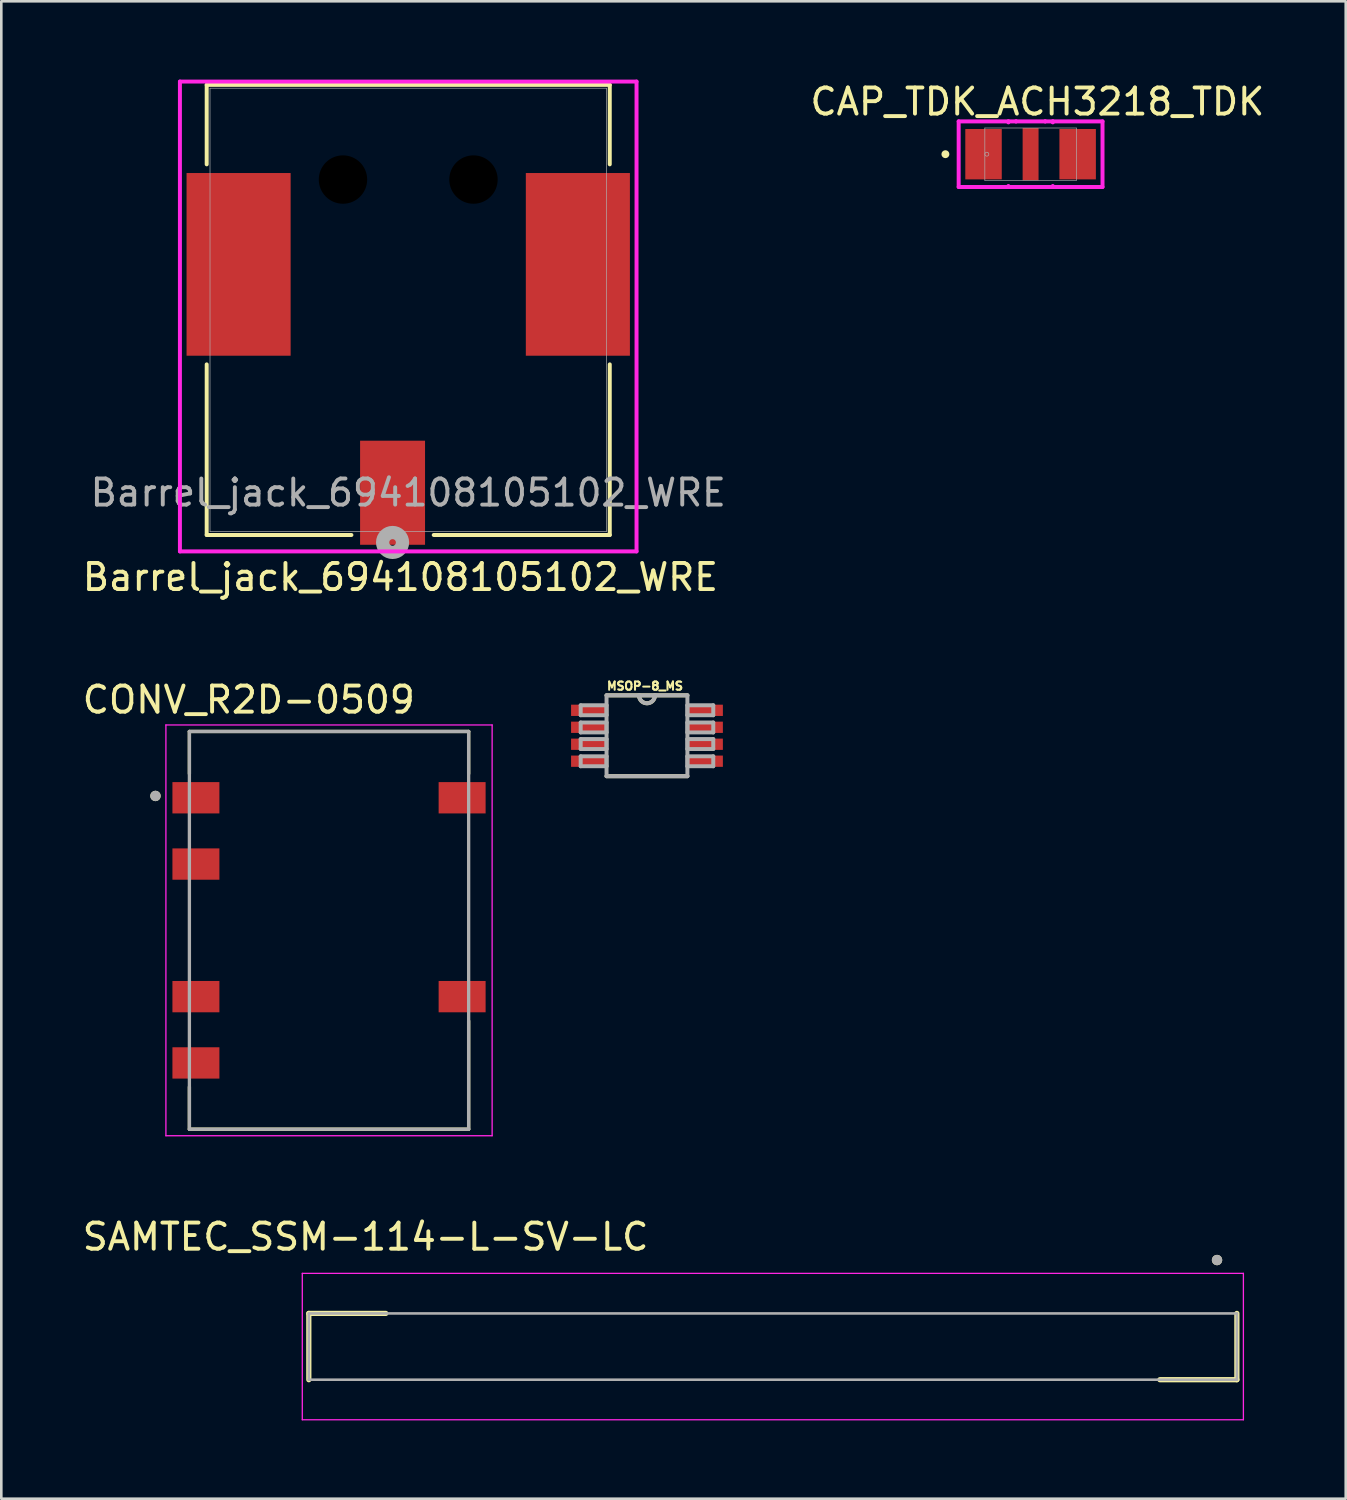
<source format=kicad_pcb>
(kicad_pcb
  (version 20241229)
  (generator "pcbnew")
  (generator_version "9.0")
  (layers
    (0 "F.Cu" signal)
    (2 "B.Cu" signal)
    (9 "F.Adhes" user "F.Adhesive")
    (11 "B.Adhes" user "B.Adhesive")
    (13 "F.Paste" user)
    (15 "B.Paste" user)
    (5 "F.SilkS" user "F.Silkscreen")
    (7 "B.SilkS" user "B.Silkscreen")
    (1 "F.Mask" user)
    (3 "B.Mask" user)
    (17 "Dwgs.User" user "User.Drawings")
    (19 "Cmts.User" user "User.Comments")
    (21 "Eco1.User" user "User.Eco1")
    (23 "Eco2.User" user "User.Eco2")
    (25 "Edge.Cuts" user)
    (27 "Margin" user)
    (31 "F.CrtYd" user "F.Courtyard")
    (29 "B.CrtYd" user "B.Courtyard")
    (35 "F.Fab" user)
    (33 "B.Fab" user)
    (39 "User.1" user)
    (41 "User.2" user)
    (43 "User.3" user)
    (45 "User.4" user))
  (footprint "CAP_TDK_ACH3218_TDK"
    (layer "F.Cu")
    (at 36.439 2.858)
    (property "Reference" "CAP_TDK_ACH3218_TDK" (at 0.26 -2.01 0) (unlocked yes) (layer "F.SilkS") (effects (font (size 1 1) (thickness 0.15))))
    (attr smd)
    (fp_circle (center -3.264 0) (end -3.188 0) (stroke (width 0.152) (type solid)) (fill no) (layer "F.SilkS"))
    (fp_line (start -2.756 -1.257) (end -0.851 -1.257) (stroke (width 0.152) (type solid)) (layer "F.CrtYd"))
    (fp_line (start -2.756 1.257) (end -2.756 -1.257) (stroke (width 0.152) (type solid)) (layer "F.CrtYd"))
    (fp_line (start -2.756 1.257) (end -0.851 1.257) (stroke (width 0.152) (type solid)) (layer "F.CrtYd"))
    (fp_line (start -0.851 -1.257) (end -0.559 -1.257) (stroke (width 0.152) (type solid)) (layer "F.CrtYd"))
    (fp_line (start -0.851 -1.219) (end -0.851 -1.257) (stroke (width 0.152) (type solid)) (layer "F.CrtYd"))
    (fp_line (start -0.851 1.219) (end -0.851 1.257) (stroke (width 0.152) (type solid)) (layer "F.CrtYd"))
    (fp_line (start -0.851 1.257) (end -0.559 1.257) (stroke (width 0.152) (type solid)) (layer "F.CrtYd"))
    (fp_line (start -0.559 -1.257) (end -0.559 -1.257) (stroke (width 0.152) (type solid)) (layer "F.CrtYd"))
    (fp_line (start -0.559 -1.257) (end 0.559 -1.257) (stroke (width 0.152) (type solid)) (layer "F.CrtYd"))
    (fp_line (start -0.559 1.257) (end -0.559 1.257) (stroke (width 0.152) (type solid)) (layer "F.CrtYd"))
    (fp_line (start -0.559 1.257) (end 0.559 1.257) (stroke (width 0.152) (type solid)) (layer "F.CrtYd"))
    (fp_line (start 0.559 -1.257) (end 0.559 -1.257) (stroke (width 0.152) (type solid)) (layer "F.CrtYd"))
    (fp_line (start 0.559 1.257) (end 0.559 1.257) (stroke (width 0.152) (type solid)) (layer "F.CrtYd"))
    (fp_line (start 0.851 -1.257) (end 0.559 -1.257) (stroke (width 0.152) (type solid)) (layer "F.CrtYd"))
    (fp_line (start 0.851 -1.219) (end 0.851 -1.257) (stroke (width 0.152) (type solid)) (layer "F.CrtYd"))
    (fp_line (start 0.851 1.219) (end 0.851 1.257) (stroke (width 0.152) (type solid)) (layer "F.CrtYd"))
    (fp_line (start 0.851 1.257) (end 0.559 1.257) (stroke (width 0.152) (type solid)) (layer "F.CrtYd"))
    (fp_line (start 2.756 -1.257) (end 0.851 -1.257) (stroke (width 0.152) (type solid)) (layer "F.CrtYd"))
    (fp_line (start 2.756 -1.257) (end 2.756 1.257) (stroke (width 0.152) (type solid)) (layer "F.CrtYd"))
    (fp_line (start 2.756 1.257) (end 0.851 1.257) (stroke (width 0.152) (type solid)) (layer "F.CrtYd"))
    (fp_line (start -1.753 -1.003) (end -1.753 1.003) (stroke (width 0.025) (type solid)) (layer "F.Fab"))
    (fp_line (start -1.753 1.003) (end 1.753 1.003) (stroke (width 0.025) (type solid)) (layer "F.Fab"))
    (fp_line (start 1.753 -1.003) (end -1.753 -1.003) (stroke (width 0.025) (type solid)) (layer "F.Fab"))
    (fp_line (start 1.753 1.003) (end 1.753 -1.003) (stroke (width 0.025) (type solid)) (layer "F.Fab"))
    (fp_circle (center -1.676 0) (end -1.6 0) (stroke (width 0.025) (type solid)) (fill no) (layer "F.Fab"))
    (pad "1" smd rect (at -1.803 0) (size 1.397 1.93) (layers "F.Cu" "F.Mask" "F.Paste"))
    (pad "2" smd rect (at 0 0) (size 0.61 2.007) (layers "F.Cu" "F.Mask" "F.Paste"))
    (pad "3" smd rect (at 1.803 0) (size 1.397 1.93) (layers "F.Cu" "F.Mask" "F.Paste"))
    (zone (net_name "") (layer "F.Cu") (hatch full 0.508) (connect_pads) (min_thickness 0.254) (filled_areas_thickness no) (keepout (tracks not_allowed) (vias not_allowed) (pads allowed) (copperpour not_allowed) (footprints allowed)) (placement (enabled no)) (fill) (polygon (pts (xy 36.083 1.906) (xy 35.385 1.906) (xy 35.385 3.811) (xy 36.083 3.811))))
    (zone (net_name "") (layer "F.Cu") (hatch full 0.508) (connect_pads) (min_thickness 0.254) (filled_areas_thickness no) (keepout (tracks not_allowed) (vias not_allowed) (pads allowed) (copperpour not_allowed) (footprints allowed)) (placement (enabled no)) (fill) (polygon (pts (xy 37.493 1.906) (xy 36.794 1.906) (xy 36.794 3.811) (xy 37.493 3.811)))))
  (footprint "Barrel_jack_694108105102_WRE"
    (layer "F.Cu")
    (at 12.592 8.826)
    (property "Reference" "Barrel_jack_694108105102_WRE" (at -0.3 10.24 0) (unlocked yes) (layer "F.SilkS") (effects (font (size 1 1) (thickness 0.15))))
    (attr smd)
    (fp_line (start -7.722 -8.623) (end -7.722 -5.579) (stroke (width 0.152) (type solid)) (layer "F.SilkS"))
    (fp_line (start -7.722 2.086) (end -7.722 8.623) (stroke (width 0.152) (type solid)) (layer "F.SilkS"))
    (fp_line (start -7.722 8.623) (end -2.177 8.623) (stroke (width 0.152) (type solid)) (layer "F.SilkS"))
    (fp_line (start 0.977 8.623) (end 7.722 8.623) (stroke (width 0.152) (type solid)) (layer "F.SilkS"))
    (fp_line (start 7.722 -8.623) (end -7.722 -8.623) (stroke (width 0.152) (type solid)) (layer "F.SilkS"))
    (fp_line (start 7.722 -5.579) (end 7.722 -8.623) (stroke (width 0.152) (type solid)) (layer "F.SilkS"))
    (fp_line (start 7.722 8.623) (end 7.722 2.086) (stroke (width 0.152) (type solid)) (layer "F.SilkS"))
    (fp_line (start -8.748 -8.75) (end -8.748 9.252) (stroke (width 0.152) (type solid)) (layer "F.CrtYd"))
    (fp_line (start -8.748 9.252) (end 8.748 9.252) (stroke (width 0.152) (type solid)) (layer "F.CrtYd"))
    (fp_line (start 8.748 -8.75) (end -8.748 -8.75) (stroke (width 0.152) (type solid)) (layer "F.CrtYd"))
    (fp_line (start 8.748 9.252) (end 8.748 -8.75) (stroke (width 0.152) (type solid)) (layer "F.CrtYd"))
    (fp_line (start -7.595 -8.496) (end -7.595 8.496) (stroke (width 0.025) (type solid)) (layer "F.Fab"))
    (fp_line (start -7.595 8.496) (end 7.595 8.496) (stroke (width 0.025) (type solid)) (layer "F.Fab"))
    (fp_line (start 7.595 -8.496) (end -7.595 -8.496) (stroke (width 0.025) (type solid)) (layer "F.Fab"))
    (fp_line (start 7.595 8.496) (end 7.595 -8.496) (stroke (width 0.025) (type solid)) (layer "F.Fab"))
    (fp_circle (center -0.6 8.909) (end -0.219 8.909) (stroke (width 0.508) (type solid)) (fill no) (layer "F.Fab"))
    (fp_text user "${REFERENCE}" (at 0 7.004 0) (unlocked yes) (layer "F.Fab") (effects (font (size 1 1) (thickness 0.15))))
    (pad "" np_thru_hole circle (at -2.5 -4.996) (size 1.854 1.854) (drill 1.854) (layers))
    (pad "" np_thru_hole circle (at 2.5 -4.996) (size 1.854 1.854) (drill 1.854) (layers))
    (pad "1" smd rect (at -0.6 7.004) (size 2.489 3.988) (layers "F.Cu" "F.Mask" "F.Paste"))
    (pad "2" smd rect (at 6.5 -1.746) (size 3.988 7) (layers "F.Cu" "F.Mask" "F.Paste"))
    (pad "3" smd rect (at -6.5 -1.746) (size 3.988 7) (layers "F.Cu" "F.Mask" "F.Paste")))
  (footprint "MSOP-8_MS"
    (layer "F.Cu")
    (at 21.74 25.142)
    (property "Reference" "MSOP-8_MS" (at -0.076 -1.905 0) (layer "F.SilkS") (effects (font (size 0.315 0.315) (thickness 0.15))))
    (attr smd)
    (fp_line (start -1.549 1.549) (end 1.549 1.549) (stroke (width 0.152) (type solid)) (layer "F.SilkS"))
    (fp_line (start -0.305 -1.549) (end -1.549 -1.549) (stroke (width 0.152) (type solid)) (layer "F.SilkS"))
    (fp_line (start 0.305 -1.549) (end -0.305 -1.549) (stroke (width 0.152) (type solid)) (layer "F.SilkS"))
    (fp_line (start 1.549 -1.549) (end 0.305 -1.549) (stroke (width 0.152) (type solid)) (layer "F.SilkS"))
    (fp_arc (start 0.3048 -1.5494) (mid 0 -1.2446) (end -0.3048 -1.5494) (stroke (width 0.1524) (type solid)) (layer "F.SilkS"))
    (fp_line (start -2.54 -1.168) (end -2.54 -0.787) (stroke (width 0.152) (type solid)) (layer "F.Fab"))
    (fp_line (start -2.54 -0.787) (end -1.549 -0.787) (stroke (width 0.152) (type solid)) (layer "F.Fab"))
    (fp_line (start -2.54 -0.508) (end -2.54 -0.127) (stroke (width 0.152) (type solid)) (layer "F.Fab"))
    (fp_line (start -2.54 -0.127) (end -1.549 -0.127) (stroke (width 0.152) (type solid)) (layer "F.Fab"))
    (fp_line (start -2.54 0.127) (end -2.54 0.508) (stroke (width 0.152) (type solid)) (layer "F.Fab"))
    (fp_line (start -2.54 0.508) (end -1.549 0.508) (stroke (width 0.152) (type solid)) (layer "F.Fab"))
    (fp_line (start -2.54 0.787) (end -2.54 1.168) (stroke (width 0.152) (type solid)) (layer "F.Fab"))
    (fp_line (start -2.54 1.168) (end -1.549 1.168) (stroke (width 0.152) (type solid)) (layer "F.Fab"))
    (fp_line (start -1.549 -1.549) (end -1.549 1.549) (stroke (width 0.152) (type solid)) (layer "F.Fab"))
    (fp_line (start -1.549 -1.168) (end -2.54 -1.168) (stroke (width 0.152) (type solid)) (layer "F.Fab"))
    (fp_line (start -1.549 -0.787) (end -1.549 -1.168) (stroke (width 0.152) (type solid)) (layer "F.Fab"))
    (fp_line (start -1.549 -0.508) (end -2.54 -0.508) (stroke (width 0.152) (type solid)) (layer "F.Fab"))
    (fp_line (start -1.549 -0.127) (end -1.549 -0.508) (stroke (width 0.152) (type solid)) (layer "F.Fab"))
    (fp_line (start -1.549 0.127) (end -2.54 0.127) (stroke (width 0.152) (type solid)) (layer "F.Fab"))
    (fp_line (start -1.549 0.508) (end -1.549 0.127) (stroke (width 0.152) (type solid)) (layer "F.Fab"))
    (fp_line (start -1.549 0.787) (end -2.54 0.787) (stroke (width 0.152) (type solid)) (layer "F.Fab"))
    (fp_line (start -1.549 1.168) (end -1.549 0.787) (stroke (width 0.152) (type solid)) (layer "F.Fab"))
    (fp_line (start -1.549 1.549) (end 1.549 1.549) (stroke (width 0.152) (type solid)) (layer "F.Fab"))
    (fp_line (start -0.305 -1.549) (end -1.549 -1.549) (stroke (width 0.152) (type solid)) (layer "F.Fab"))
    (fp_line (start 0.305 -1.549) (end -0.305 -1.549) (stroke (width 0.152) (type solid)) (layer "F.Fab"))
    (fp_line (start 1.549 -1.549) (end 0.305 -1.549) (stroke (width 0.152) (type solid)) (layer "F.Fab"))
    (fp_line (start 1.549 -1.168) (end 1.549 -0.787) (stroke (width 0.152) (type solid)) (layer "F.Fab"))
    (fp_line (start 1.549 -0.787) (end 2.54 -0.787) (stroke (width 0.152) (type solid)) (layer "F.Fab"))
    (fp_line (start 1.549 -0.508) (end 1.549 -0.127) (stroke (width 0.152) (type solid)) (layer "F.Fab"))
    (fp_line (start 1.549 -0.127) (end 2.54 -0.127) (stroke (width 0.152) (type solid)) (layer "F.Fab"))
    (fp_line (start 1.549 0.127) (end 1.549 0.508) (stroke (width 0.152) (type solid)) (layer "F.Fab"))
    (fp_line (start 1.549 0.508) (end 2.54 0.508) (stroke (width 0.152) (type solid)) (layer "F.Fab"))
    (fp_line (start 1.549 0.787) (end 1.549 1.168) (stroke (width 0.152) (type solid)) (layer "F.Fab"))
    (fp_line (start 1.549 1.168) (end 2.54 1.168) (stroke (width 0.152) (type solid)) (layer "F.Fab"))
    (fp_line (start 1.549 1.549) (end 1.549 -1.549) (stroke (width 0.152) (type solid)) (layer "F.Fab"))
    (fp_line (start 2.54 -1.168) (end 1.549 -1.168) (stroke (width 0.152) (type solid)) (layer "F.Fab"))
    (fp_line (start 2.54 -0.787) (end 2.54 -1.168) (stroke (width 0.152) (type solid)) (layer "F.Fab"))
    (fp_line (start 2.54 -0.508) (end 1.549 -0.508) (stroke (width 0.152) (type solid)) (layer "F.Fab"))
    (fp_line (start 2.54 -0.127) (end 2.54 -0.508) (stroke (width 0.152) (type solid)) (layer "F.Fab"))
    (fp_line (start 2.54 0.127) (end 1.549 0.127) (stroke (width 0.152) (type solid)) (layer "F.Fab"))
    (fp_line (start 2.54 0.508) (end 2.54 0.127) (stroke (width 0.152) (type solid)) (layer "F.Fab"))
    (fp_line (start 2.54 0.787) (end 1.549 0.787) (stroke (width 0.152) (type solid)) (layer "F.Fab"))
    (fp_line (start 2.54 1.168) (end 2.54 0.787) (stroke (width 0.152) (type solid)) (layer "F.Fab"))
    (fp_arc (start 0.3048 -1.5494) (mid 0 -1.2446) (end -0.3048 -1.5494) (stroke (width 0.1524) (type solid)) (layer "F.Fab"))
    (pad "1" smd rect (at -2.21 -0.975) (size 1.397 0.432) (layers "F.Cu" "F.Mask" "F.Paste"))
    (pad "2" smd rect (at -2.21 -0.325) (size 1.397 0.432) (layers "F.Cu" "F.Mask" "F.Paste"))
    (pad "3" smd rect (at -2.21 0.325) (size 1.397 0.432) (layers "F.Cu" "F.Mask" "F.Paste"))
    (pad "4" smd rect (at -2.21 0.975) (size 1.397 0.432) (layers "F.Cu" "F.Mask" "F.Paste"))
    (pad "5" smd rect (at 2.21 0.975) (size 1.397 0.432) (layers "F.Cu" "F.Mask" "F.Paste"))
    (pad "6" smd rect (at 2.21 0.325) (size 1.397 0.432) (layers "F.Cu" "F.Mask" "F.Paste"))
    (pad "7" smd rect (at 2.21 -0.325) (size 1.397 0.432) (layers "F.Cu" "F.Mask" "F.Paste"))
    (pad "8" smd rect (at 2.21 -0.975) (size 1.397 0.432) (layers "F.Cu" "F.Mask" "F.Paste")))
  (footprint "CONV_R2D-0509"
    (layer "F.Cu")
    (at 9.557 32.598)
    (property "Reference" "CONV_R2D-0509" (at -3.075 -8.835 0) (layer "F.SilkS") (effects (font (size 1 1) (thickness 0.15))))
    (attr smd)
    (fp_line (start -5.35 -7.62) (end 5.35 -7.62) (stroke (width 0.127) (type solid)) (layer "F.SilkS"))
    (fp_line (start -5.35 -6) (end -5.35 -7.62) (stroke (width 0.127) (type solid)) (layer "F.SilkS"))
    (fp_line (start -5.35 6) (end -5.35 7.62) (stroke (width 0.127) (type solid)) (layer "F.SilkS"))
    (fp_line (start -5.35 7.62) (end 5.35 7.62) (stroke (width 0.127) (type solid)) (layer "F.SilkS"))
    (fp_line (start 5.35 -7.62) (end 5.35 -6) (stroke (width 0.127) (type solid)) (layer "F.SilkS"))
    (fp_line (start 5.35 7.62) (end 5.35 3.47) (stroke (width 0.127) (type solid)) (layer "F.SilkS"))
    (fp_circle (center -6.65 -5.15) (end -6.55 -5.15) (stroke (width 0.2) (type solid)) (fill no) (layer "F.SilkS"))
    (fp_line (start -6.25 -7.87) (end 6.25 -7.87) (stroke (width 0.05) (type solid)) (layer "F.CrtYd"))
    (fp_line (start -6.25 7.87) (end -6.25 -7.87) (stroke (width 0.05) (type solid)) (layer "F.CrtYd"))
    (fp_line (start 6.25 -7.87) (end 6.25 7.87) (stroke (width 0.05) (type solid)) (layer "F.CrtYd"))
    (fp_line (start 6.25 7.87) (end -6.25 7.87) (stroke (width 0.05) (type solid)) (layer "F.CrtYd"))
    (fp_line (start -5.35 -7.62) (end 5.35 -7.62) (stroke (width 0.127) (type solid)) (layer "F.Fab"))
    (fp_line (start -5.35 7.62) (end -5.35 -7.62) (stroke (width 0.127) (type solid)) (layer "F.Fab"))
    (fp_line (start 5.35 -7.62) (end 5.35 7.62) (stroke (width 0.127) (type solid)) (layer "F.Fab"))
    (fp_line (start 5.35 7.62) (end -5.35 7.62) (stroke (width 0.127) (type solid)) (layer "F.Fab"))
    (fp_circle (center -6.65 -5.15) (end -6.55 -5.15) (stroke (width 0.2) (type solid)) (fill no) (layer "F.Fab"))
    (pad "1" smd rect (at -5.1 -5.08) (size 1.8 1.2) (layers "F.Cu" "F.Mask" "F.Paste"))
    (pad "2" smd rect (at -5.1 -2.54) (size 1.8 1.2) (layers "F.Cu" "F.Mask" "F.Paste"))
    (pad "4" smd rect (at -5.1 2.54) (size 1.8 1.2) (layers "F.Cu" "F.Mask" "F.Paste"))
    (pad "5" smd rect (at -5.1 5.08) (size 1.8 1.2) (layers "F.Cu" "F.Mask" "F.Paste"))
    (pad "7" smd rect (at 5.1 2.54) (size 1.8 1.2) (layers "F.Cu" "F.Mask" "F.Paste"))
    (pad "10" smd rect (at 5.1 -5.08) (size 1.8 1.2) (layers "F.Cu" "F.Mask" "F.Paste")))
  (footprint "SAMTEC_SSM-114-L-SV-LC"
    (layer "F.Cu")
    (at 26.563 48.546)
    (property "Reference" "SAMTEC_SSM-114-L-SV-LC" (at -15.605 -4.205 0) (layer "F.SilkS") (effects (font (size 1 1) (thickness 0.15))))
    (attr smd)
    (fp_line (start -17.78 -1.27) (end -14.83 -1.27) (stroke (width 0.2) (type solid)) (layer "F.SilkS"))
    (fp_line (start -17.78 1.27) (end -17.78 -1.27) (stroke (width 0.2) (type solid)) (layer "F.SilkS"))
    (fp_line (start 17.78 1.27) (end 14.83 1.27) (stroke (width 0.2) (type solid)) (layer "F.SilkS"))
    (fp_line (start 17.78 1.27) (end 17.78 -1.27) (stroke (width 0.2) (type solid)) (layer "F.SilkS"))
    (fp_circle (center 17.02 -3.315) (end 17.12 -3.315) (stroke (width 0.2) (type solid)) (fill no) (layer "F.SilkS"))
    (fp_line (start -18.03 -2.805) (end 18.03 -2.805) (stroke (width 0.05) (type solid)) (layer "F.CrtYd"))
    (fp_line (start -18.03 2.805) (end -18.03 -2.805) (stroke (width 0.05) (type solid)) (layer "F.CrtYd"))
    (fp_line (start 18.03 -2.805) (end 18.03 2.805) (stroke (width 0.05) (type solid)) (layer "F.CrtYd"))
    (fp_line (start 18.03 2.805) (end -18.03 2.805) (stroke (width 0.05) (type solid)) (layer "F.CrtYd"))
    (fp_line (start -17.78 -1.27) (end 17.78 -1.27) (stroke (width 0.1) (type solid)) (layer "F.Fab"))
    (fp_line (start -17.78 1.27) (end -17.78 -1.27) (stroke (width 0.1) (type solid)) (layer "F.Fab"))
    (fp_line (start 17.78 -1.27) (end 17.78 1.27) (stroke (width 0.1) (type solid)) (layer "F.Fab"))
    (fp_line (start 17.78 1.27) (end -17.78 1.27) (stroke (width 0.1) (type solid)) (layer "F.Fab"))
    (fp_circle (center 17.02 -3.315) (end 17.12 -3.315) (stroke (width 0.2) (type solid)) (fill no) (layer "F.Fab")))
  (gr_rect
    (start -3 -3)
    (end 48.514 54.376)
    (stroke (width 0.1) (type default))
    (fill no)
    (layer "Edge.Cuts")))
</source>
